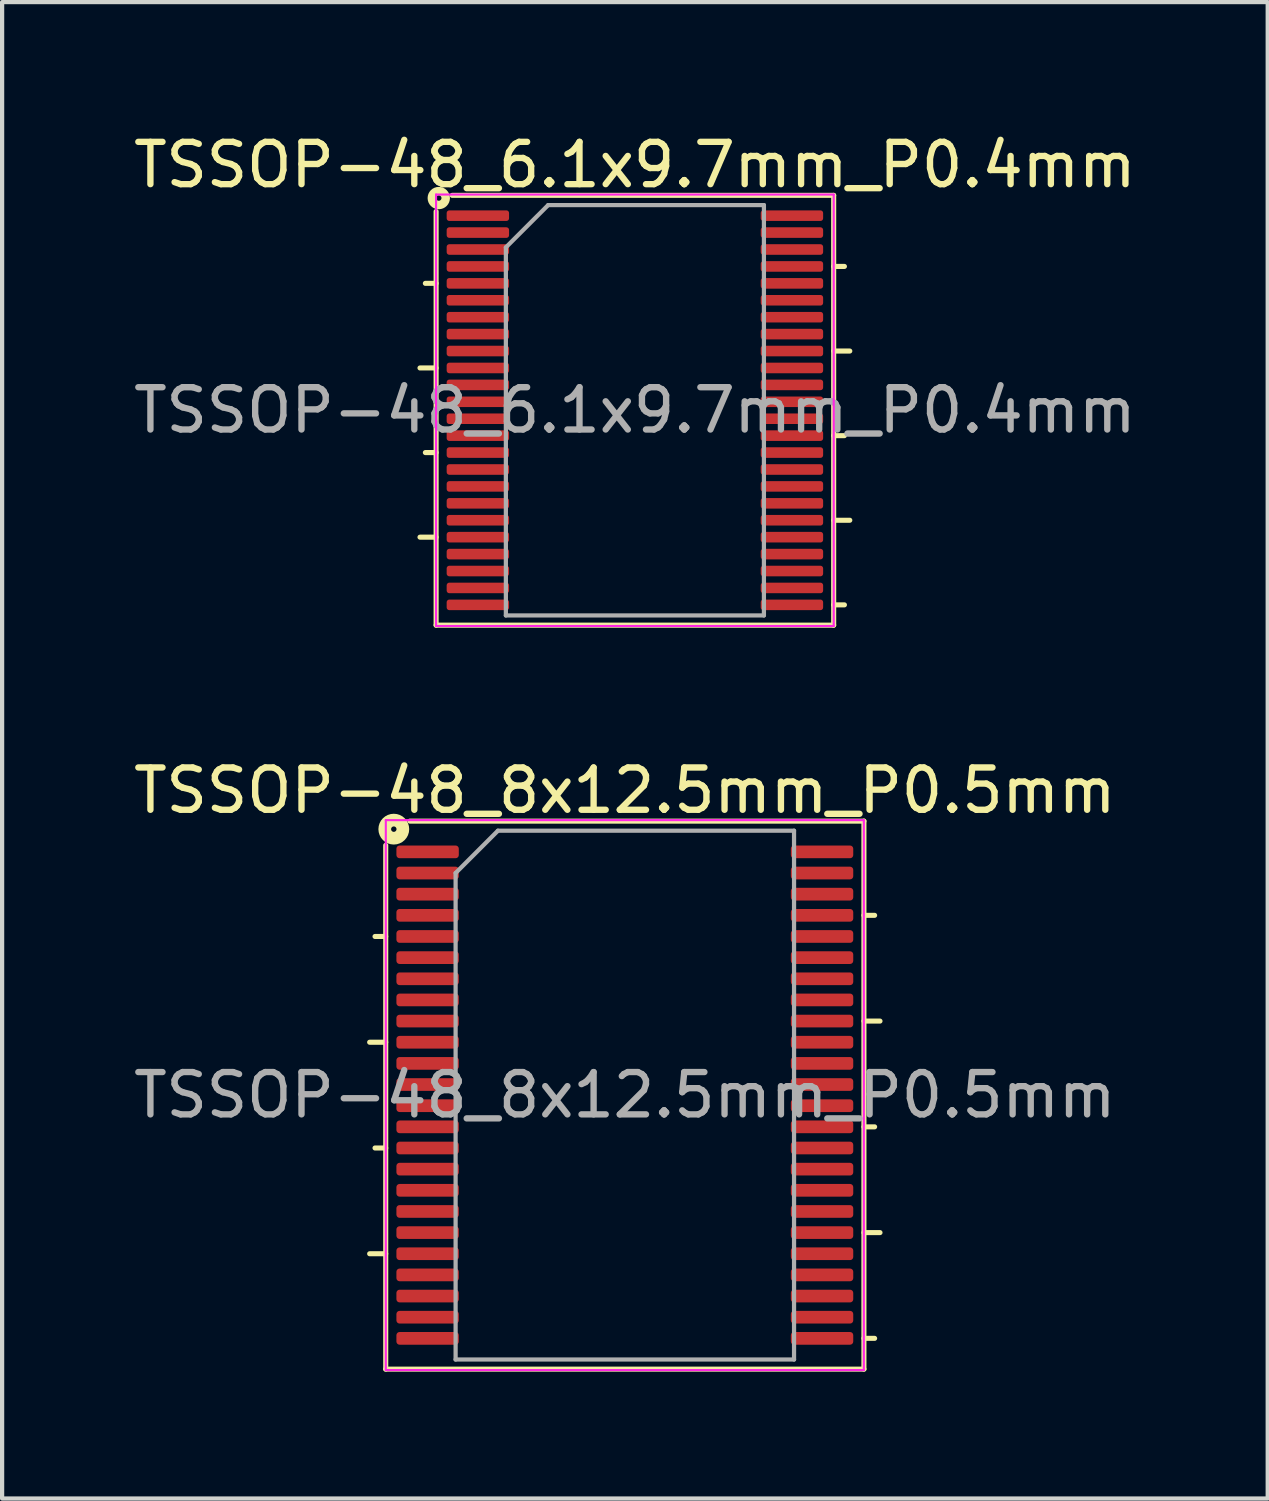
<source format=kicad_pcb>
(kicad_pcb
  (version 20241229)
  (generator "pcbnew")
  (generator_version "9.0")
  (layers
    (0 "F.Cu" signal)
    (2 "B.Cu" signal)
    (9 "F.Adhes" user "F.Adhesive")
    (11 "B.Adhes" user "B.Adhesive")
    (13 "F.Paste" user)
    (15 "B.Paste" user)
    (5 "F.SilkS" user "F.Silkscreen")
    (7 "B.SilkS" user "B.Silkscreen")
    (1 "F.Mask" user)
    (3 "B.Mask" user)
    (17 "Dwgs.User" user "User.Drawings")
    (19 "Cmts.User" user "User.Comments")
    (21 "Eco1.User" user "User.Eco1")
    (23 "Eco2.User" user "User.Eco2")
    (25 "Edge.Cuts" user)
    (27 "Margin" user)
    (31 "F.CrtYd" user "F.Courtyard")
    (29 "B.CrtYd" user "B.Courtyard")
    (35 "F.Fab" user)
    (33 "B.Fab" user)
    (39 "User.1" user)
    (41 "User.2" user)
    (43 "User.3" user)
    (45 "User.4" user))
  (footprint "TSSOP-48_8x12.5mm_P0.5mm"
    (layer "F.Cu")
    (at 11.72 22.837)
    (property "Reference" "TSSOP-48_8x12.5mm_P0.5mm" (at 0 -7.2 0) (layer "F.SilkS") (effects (font (size 1 1) (thickness 0.15))))
    (attr smd)
    (fp_line (start -5.652 -5.905) (end -5.652 6.477) (stroke (width 0.12) (type solid)) (layer "F.SilkS"))
    (fp_line (start -5.652 -3.75) (end -5.905 -3.75) (stroke (width 0.12) (type solid)) (layer "F.SilkS"))
    (fp_line (start -5.652 -1.25) (end -6.032 -1.25) (stroke (width 0.12) (type solid)) (layer "F.SilkS"))
    (fp_line (start -5.652 1.25) (end -5.905 1.25) (stroke (width 0.12) (type solid)) (layer "F.SilkS"))
    (fp_line (start -5.652 3.75) (end -6.032 3.75) (stroke (width 0.12) (type solid)) (layer "F.SilkS"))
    (fp_line (start -5.652 6.477) (end 5.652 6.477) (stroke (width 0.12) (type solid)) (layer "F.SilkS"))
    (fp_line (start 5.652 -6.477) (end -5.08 -6.477) (stroke (width 0.12) (type solid)) (layer "F.SilkS"))
    (fp_line (start 5.652 -4.25) (end 5.905 -4.25) (stroke (width 0.12) (type solid)) (layer "F.SilkS"))
    (fp_line (start 5.652 -1.75) (end 6.032 -1.75) (stroke (width 0.12) (type solid)) (layer "F.SilkS"))
    (fp_line (start 5.652 0.75) (end 5.905 0.75) (stroke (width 0.12) (type solid)) (layer "F.SilkS"))
    (fp_line (start 5.652 3.25) (end 6.032 3.25) (stroke (width 0.12) (type solid)) (layer "F.SilkS"))
    (fp_line (start 5.652 6.477) (end 5.652 -6.477) (stroke (width 0.12) (type solid)) (layer "F.SilkS"))
    (fp_line (start 5.905 5.75) (end 5.652 5.75) (stroke (width 0.12) (type solid)) (layer "F.SilkS"))
    (fp_circle (center -5.461 -6.287) (end -5.397 -6.287) (stroke (width 0.3) (type solid)) (fill no) (layer "F.SilkS"))
    (fp_line (start -5.65 -6.5) (end -5.65 6.5) (stroke (width 0.05) (type solid)) (layer "F.CrtYd"))
    (fp_line (start -5.65 6.5) (end 5.65 6.5) (stroke (width 0.05) (type solid)) (layer "F.CrtYd"))
    (fp_line (start 5.65 -6.5) (end -5.65 -6.5) (stroke (width 0.05) (type solid)) (layer "F.CrtYd"))
    (fp_line (start 5.65 6.5) (end 5.65 -6.5) (stroke (width 0.05) (type solid)) (layer "F.CrtYd"))
    (fp_line (start -4 -5.25) (end -3 -6.25) (stroke (width 0.1) (type solid)) (layer "F.Fab"))
    (fp_line (start -4 6.25) (end -4 -5.25) (stroke (width 0.1) (type solid)) (layer "F.Fab"))
    (fp_line (start -3 -6.25) (end 4 -6.25) (stroke (width 0.1) (type solid)) (layer "F.Fab"))
    (fp_line (start 4 -6.25) (end 4 6.25) (stroke (width 0.1) (type solid)) (layer "F.Fab"))
    (fp_line (start 4 6.25) (end -4 6.25) (stroke (width 0.1) (type solid)) (layer "F.Fab"))
    (fp_text user "${REFERENCE}" (at 0 0 0) (layer "F.Fab") (effects (font (size 1 1) (thickness 0.15))))
    (pad "1" smd roundrect (at -4.662 -5.75) (size 1.475 0.3) (layers "F.Cu" "F.Mask" "F.Paste") (roundrect_rratio 0.25))
    (pad "2" smd roundrect (at -4.662 -5.25) (size 1.475 0.3) (layers "F.Cu" "F.Mask" "F.Paste") (roundrect_rratio 0.25))
    (pad "3" smd roundrect (at -4.662 -4.75) (size 1.475 0.3) (layers "F.Cu" "F.Mask" "F.Paste") (roundrect_rratio 0.25))
    (pad "4" smd roundrect (at -4.662 -4.25) (size 1.475 0.3) (layers "F.Cu" "F.Mask" "F.Paste") (roundrect_rratio 0.25))
    (pad "5" smd roundrect (at -4.662 -3.75) (size 1.475 0.3) (layers "F.Cu" "F.Mask" "F.Paste") (roundrect_rratio 0.25))
    (pad "6" smd roundrect (at -4.662 -3.25) (size 1.475 0.3) (layers "F.Cu" "F.Mask" "F.Paste") (roundrect_rratio 0.25))
    (pad "7" smd roundrect (at -4.662 -2.75) (size 1.475 0.3) (layers "F.Cu" "F.Mask" "F.Paste") (roundrect_rratio 0.25))
    (pad "8" smd roundrect (at -4.662 -2.25) (size 1.475 0.3) (layers "F.Cu" "F.Mask" "F.Paste") (roundrect_rratio 0.25))
    (pad "9" smd roundrect (at -4.662 -1.75) (size 1.475 0.3) (layers "F.Cu" "F.Mask" "F.Paste") (roundrect_rratio 0.25))
    (pad "10" smd roundrect (at -4.662 -1.25) (size 1.475 0.3) (layers "F.Cu" "F.Mask" "F.Paste") (roundrect_rratio 0.25))
    (pad "11" smd roundrect (at -4.662 -0.75) (size 1.475 0.3) (layers "F.Cu" "F.Mask" "F.Paste") (roundrect_rratio 0.25))
    (pad "12" smd roundrect (at -4.662 -0.25) (size 1.475 0.3) (layers "F.Cu" "F.Mask" "F.Paste") (roundrect_rratio 0.25))
    (pad "13" smd roundrect (at -4.662 0.25) (size 1.475 0.3) (layers "F.Cu" "F.Mask" "F.Paste") (roundrect_rratio 0.25))
    (pad "14" smd roundrect (at -4.662 0.75) (size 1.475 0.3) (layers "F.Cu" "F.Mask" "F.Paste") (roundrect_rratio 0.25))
    (pad "15" smd roundrect (at -4.662 1.25) (size 1.475 0.3) (layers "F.Cu" "F.Mask" "F.Paste") (roundrect_rratio 0.25))
    (pad "16" smd roundrect (at -4.662 1.75) (size 1.475 0.3) (layers "F.Cu" "F.Mask" "F.Paste") (roundrect_rratio 0.25))
    (pad "17" smd roundrect (at -4.662 2.25) (size 1.475 0.3) (layers "F.Cu" "F.Mask" "F.Paste") (roundrect_rratio 0.25))
    (pad "18" smd roundrect (at -4.662 2.75) (size 1.475 0.3) (layers "F.Cu" "F.Mask" "F.Paste") (roundrect_rratio 0.25))
    (pad "19" smd roundrect (at -4.662 3.25) (size 1.475 0.3) (layers "F.Cu" "F.Mask" "F.Paste") (roundrect_rratio 0.25))
    (pad "20" smd roundrect (at -4.662 3.75) (size 1.475 0.3) (layers "F.Cu" "F.Mask" "F.Paste") (roundrect_rratio 0.25))
    (pad "21" smd roundrect (at -4.662 4.25) (size 1.475 0.3) (layers "F.Cu" "F.Mask" "F.Paste") (roundrect_rratio 0.25))
    (pad "22" smd roundrect (at -4.662 4.75) (size 1.475 0.3) (layers "F.Cu" "F.Mask" "F.Paste") (roundrect_rratio 0.25))
    (pad "23" smd roundrect (at -4.662 5.25) (size 1.475 0.3) (layers "F.Cu" "F.Mask" "F.Paste") (roundrect_rratio 0.25))
    (pad "24" smd roundrect (at -4.662 5.75) (size 1.475 0.3) (layers "F.Cu" "F.Mask" "F.Paste") (roundrect_rratio 0.25))
    (pad "25" smd roundrect (at 4.662 5.75) (size 1.475 0.3) (layers "F.Cu" "F.Mask" "F.Paste") (roundrect_rratio 0.25))
    (pad "26" smd roundrect (at 4.662 5.25) (size 1.475 0.3) (layers "F.Cu" "F.Mask" "F.Paste") (roundrect_rratio 0.25))
    (pad "27" smd roundrect (at 4.662 4.75) (size 1.475 0.3) (layers "F.Cu" "F.Mask" "F.Paste") (roundrect_rratio 0.25))
    (pad "28" smd roundrect (at 4.662 4.25) (size 1.475 0.3) (layers "F.Cu" "F.Mask" "F.Paste") (roundrect_rratio 0.25))
    (pad "29" smd roundrect (at 4.662 3.75) (size 1.475 0.3) (layers "F.Cu" "F.Mask" "F.Paste") (roundrect_rratio 0.25))
    (pad "30" smd roundrect (at 4.662 3.25) (size 1.475 0.3) (layers "F.Cu" "F.Mask" "F.Paste") (roundrect_rratio 0.25))
    (pad "31" smd roundrect (at 4.662 2.75) (size 1.475 0.3) (layers "F.Cu" "F.Mask" "F.Paste") (roundrect_rratio 0.25))
    (pad "32" smd roundrect (at 4.662 2.25) (size 1.475 0.3) (layers "F.Cu" "F.Mask" "F.Paste") (roundrect_rratio 0.25))
    (pad "33" smd roundrect (at 4.662 1.75) (size 1.475 0.3) (layers "F.Cu" "F.Mask" "F.Paste") (roundrect_rratio 0.25))
    (pad "34" smd roundrect (at 4.662 1.25) (size 1.475 0.3) (layers "F.Cu" "F.Mask" "F.Paste") (roundrect_rratio 0.25))
    (pad "35" smd roundrect (at 4.662 0.75) (size 1.475 0.3) (layers "F.Cu" "F.Mask" "F.Paste") (roundrect_rratio 0.25))
    (pad "36" smd roundrect (at 4.662 0.25) (size 1.475 0.3) (layers "F.Cu" "F.Mask" "F.Paste") (roundrect_rratio 0.25))
    (pad "37" smd roundrect (at 4.662 -0.25) (size 1.475 0.3) (layers "F.Cu" "F.Mask" "F.Paste") (roundrect_rratio 0.25))
    (pad "38" smd roundrect (at 4.662 -0.75) (size 1.475 0.3) (layers "F.Cu" "F.Mask" "F.Paste") (roundrect_rratio 0.25))
    (pad "39" smd roundrect (at 4.662 -1.25) (size 1.475 0.3) (layers "F.Cu" "F.Mask" "F.Paste") (roundrect_rratio 0.25))
    (pad "40" smd roundrect (at 4.662 -1.75) (size 1.475 0.3) (layers "F.Cu" "F.Mask" "F.Paste") (roundrect_rratio 0.25))
    (pad "41" smd roundrect (at 4.662 -2.25) (size 1.475 0.3) (layers "F.Cu" "F.Mask" "F.Paste") (roundrect_rratio 0.25))
    (pad "42" smd roundrect (at 4.662 -2.75) (size 1.475 0.3) (layers "F.Cu" "F.Mask" "F.Paste") (roundrect_rratio 0.25))
    (pad "43" smd roundrect (at 4.662 -3.25) (size 1.475 0.3) (layers "F.Cu" "F.Mask" "F.Paste") (roundrect_rratio 0.25))
    (pad "44" smd roundrect (at 4.662 -3.75) (size 1.475 0.3) (layers "F.Cu" "F.Mask" "F.Paste") (roundrect_rratio 0.25))
    (pad "45" smd roundrect (at 4.662 -4.25) (size 1.475 0.3) (layers "F.Cu" "F.Mask" "F.Paste") (roundrect_rratio 0.25))
    (pad "46" smd roundrect (at 4.662 -4.75) (size 1.475 0.3) (layers "F.Cu" "F.Mask" "F.Paste") (roundrect_rratio 0.25))
    (pad "47" smd roundrect (at 4.662 -5.25) (size 1.475 0.3) (layers "F.Cu" "F.Mask" "F.Paste") (roundrect_rratio 0.25))
    (pad "48" smd roundrect (at 4.662 -5.75) (size 1.475 0.3) (layers "F.Cu" "F.Mask" "F.Paste") (roundrect_rratio 0.25)))
  (footprint "TSSOP-48_6.1x9.7mm_P0.4mm"
    (layer "F.Cu")
    (at 11.958 6.648)
    (property "Reference" "TSSOP-48_6.1x9.7mm_P0.4mm" (at 0 -5.8 0) (layer "F.SilkS") (effects (font (size 1 1) (thickness 0.15))))
    (attr smd)
    (fp_line (start -5.08 -1) (end -4.699 -1) (stroke (width 0.12) (type solid)) (layer "F.SilkS"))
    (fp_line (start -5.08 3) (end -4.699 3) (stroke (width 0.12) (type solid)) (layer "F.SilkS"))
    (fp_line (start -4.953 -3) (end -4.699 -3) (stroke (width 0.12) (type solid)) (layer "F.SilkS"))
    (fp_line (start -4.953 1) (end -4.699 1) (stroke (width 0.12) (type solid)) (layer "F.SilkS"))
    (fp_line (start -4.699 -4.699) (end -4.699 5.08) (stroke (width 0.12) (type solid)) (layer "F.SilkS"))
    (fp_line (start -4.699 5.08) (end 4.699 5.08) (stroke (width 0.12) (type solid)) (layer "F.SilkS"))
    (fp_line (start 4.699 -5.08) (end -4.318 -5.08) (stroke (width 0.12) (type solid)) (layer "F.SilkS"))
    (fp_line (start 4.699 5.08) (end 4.699 -5.08) (stroke (width 0.12) (type solid)) (layer "F.SilkS"))
    (fp_line (start 4.953 -3.4) (end 4.699 -3.4) (stroke (width 0.12) (type solid)) (layer "F.SilkS"))
    (fp_line (start 4.953 0.6) (end 4.699 0.6) (stroke (width 0.12) (type solid)) (layer "F.SilkS"))
    (fp_line (start 4.953 4.6) (end 4.699 4.6) (stroke (width 0.12) (type solid)) (layer "F.SilkS"))
    (fp_line (start 5.08 -1.4) (end 4.699 -1.4) (stroke (width 0.12) (type solid)) (layer "F.SilkS"))
    (fp_line (start 5.08 2.6) (end 4.699 2.6) (stroke (width 0.12) (type solid)) (layer "F.SilkS"))
    (fp_circle (center -4.636 -5.016) (end -4.572 -5.016) (stroke (width 0.2) (type solid)) (fill no) (layer "F.SilkS"))
    (fp_line (start -4.7 -5.1) (end -4.7 5.1) (stroke (width 0.05) (type solid)) (layer "F.CrtYd"))
    (fp_line (start -4.7 5.1) (end 4.7 5.1) (stroke (width 0.05) (type solid)) (layer "F.CrtYd"))
    (fp_line (start 4.7 -5.1) (end -4.7 -5.1) (stroke (width 0.05) (type solid)) (layer "F.CrtYd"))
    (fp_line (start 4.7 5.1) (end 4.7 -5.1) (stroke (width 0.05) (type solid)) (layer "F.CrtYd"))
    (fp_line (start -3.05 -3.85) (end -2.05 -4.85) (stroke (width 0.1) (type solid)) (layer "F.Fab"))
    (fp_line (start -3.05 4.85) (end -3.05 -3.85) (stroke (width 0.1) (type solid)) (layer "F.Fab"))
    (fp_line (start -2.05 -4.85) (end 3.05 -4.85) (stroke (width 0.1) (type solid)) (layer "F.Fab"))
    (fp_line (start 3.05 -4.85) (end 3.05 4.85) (stroke (width 0.1) (type solid)) (layer "F.Fab"))
    (fp_line (start 3.05 4.85) (end -3.05 4.85) (stroke (width 0.1) (type solid)) (layer "F.Fab"))
    (fp_text user "${REFERENCE}" (at 0 0 0) (layer "F.Fab") (effects (font (size 1 1) (thickness 0.15))))
    (pad "1" smd roundrect (at -3.712 -4.6) (size 1.475 0.25) (layers "F.Cu" "F.Mask" "F.Paste") (roundrect_rratio 0.25))
    (pad "2" smd roundrect (at -3.712 -4.2) (size 1.475 0.25) (layers "F.Cu" "F.Mask" "F.Paste") (roundrect_rratio 0.25))
    (pad "3" smd roundrect (at -3.712 -3.8) (size 1.475 0.25) (layers "F.Cu" "F.Mask" "F.Paste") (roundrect_rratio 0.25))
    (pad "4" smd roundrect (at -3.712 -3.4) (size 1.475 0.25) (layers "F.Cu" "F.Mask" "F.Paste") (roundrect_rratio 0.25))
    (pad "5" smd roundrect (at -3.712 -3) (size 1.475 0.25) (layers "F.Cu" "F.Mask" "F.Paste") (roundrect_rratio 0.25))
    (pad "6" smd roundrect (at -3.712 -2.6) (size 1.475 0.25) (layers "F.Cu" "F.Mask" "F.Paste") (roundrect_rratio 0.25))
    (pad "7" smd roundrect (at -3.712 -2.2) (size 1.475 0.25) (layers "F.Cu" "F.Mask" "F.Paste") (roundrect_rratio 0.25))
    (pad "8" smd roundrect (at -3.712 -1.8) (size 1.475 0.25) (layers "F.Cu" "F.Mask" "F.Paste") (roundrect_rratio 0.25))
    (pad "9" smd roundrect (at -3.712 -1.4) (size 1.475 0.25) (layers "F.Cu" "F.Mask" "F.Paste") (roundrect_rratio 0.25))
    (pad "10" smd roundrect (at -3.712 -1) (size 1.475 0.25) (layers "F.Cu" "F.Mask" "F.Paste") (roundrect_rratio 0.25))
    (pad "11" smd roundrect (at -3.712 -0.6) (size 1.475 0.25) (layers "F.Cu" "F.Mask" "F.Paste") (roundrect_rratio 0.25))
    (pad "12" smd roundrect (at -3.712 -0.2) (size 1.475 0.25) (layers "F.Cu" "F.Mask" "F.Paste") (roundrect_rratio 0.25))
    (pad "13" smd roundrect (at -3.712 0.2) (size 1.475 0.25) (layers "F.Cu" "F.Mask" "F.Paste") (roundrect_rratio 0.25))
    (pad "14" smd roundrect (at -3.712 0.6) (size 1.475 0.25) (layers "F.Cu" "F.Mask" "F.Paste") (roundrect_rratio 0.25))
    (pad "15" smd roundrect (at -3.712 1) (size 1.475 0.25) (layers "F.Cu" "F.Mask" "F.Paste") (roundrect_rratio 0.25))
    (pad "16" smd roundrect (at -3.712 1.4) (size 1.475 0.25) (layers "F.Cu" "F.Mask" "F.Paste") (roundrect_rratio 0.25))
    (pad "17" smd roundrect (at -3.712 1.8) (size 1.475 0.25) (layers "F.Cu" "F.Mask" "F.Paste") (roundrect_rratio 0.25))
    (pad "18" smd roundrect (at -3.712 2.2) (size 1.475 0.25) (layers "F.Cu" "F.Mask" "F.Paste") (roundrect_rratio 0.25))
    (pad "19" smd roundrect (at -3.712 2.6) (size 1.475 0.25) (layers "F.Cu" "F.Mask" "F.Paste") (roundrect_rratio 0.25))
    (pad "20" smd roundrect (at -3.712 3) (size 1.475 0.25) (layers "F.Cu" "F.Mask" "F.Paste") (roundrect_rratio 0.25))
    (pad "21" smd roundrect (at -3.712 3.4) (size 1.475 0.25) (layers "F.Cu" "F.Mask" "F.Paste") (roundrect_rratio 0.25))
    (pad "22" smd roundrect (at -3.712 3.8) (size 1.475 0.25) (layers "F.Cu" "F.Mask" "F.Paste") (roundrect_rratio 0.25))
    (pad "23" smd roundrect (at -3.712 4.2) (size 1.475 0.25) (layers "F.Cu" "F.Mask" "F.Paste") (roundrect_rratio 0.25))
    (pad "24" smd roundrect (at -3.712 4.6) (size 1.475 0.25) (layers "F.Cu" "F.Mask" "F.Paste") (roundrect_rratio 0.25))
    (pad "25" smd roundrect (at 3.712 4.6) (size 1.475 0.25) (layers "F.Cu" "F.Mask" "F.Paste") (roundrect_rratio 0.25))
    (pad "26" smd roundrect (at 3.712 4.2) (size 1.475 0.25) (layers "F.Cu" "F.Mask" "F.Paste") (roundrect_rratio 0.25))
    (pad "27" smd roundrect (at 3.712 3.8) (size 1.475 0.25) (layers "F.Cu" "F.Mask" "F.Paste") (roundrect_rratio 0.25))
    (pad "28" smd roundrect (at 3.712 3.4) (size 1.475 0.25) (layers "F.Cu" "F.Mask" "F.Paste") (roundrect_rratio 0.25))
    (pad "29" smd roundrect (at 3.712 3) (size 1.475 0.25) (layers "F.Cu" "F.Mask" "F.Paste") (roundrect_rratio 0.25))
    (pad "30" smd roundrect (at 3.712 2.6) (size 1.475 0.25) (layers "F.Cu" "F.Mask" "F.Paste") (roundrect_rratio 0.25))
    (pad "31" smd roundrect (at 3.712 2.2) (size 1.475 0.25) (layers "F.Cu" "F.Mask" "F.Paste") (roundrect_rratio 0.25))
    (pad "32" smd roundrect (at 3.712 1.8) (size 1.475 0.25) (layers "F.Cu" "F.Mask" "F.Paste") (roundrect_rratio 0.25))
    (pad "33" smd roundrect (at 3.712 1.4) (size 1.475 0.25) (layers "F.Cu" "F.Mask" "F.Paste") (roundrect_rratio 0.25))
    (pad "34" smd roundrect (at 3.712 1) (size 1.475 0.25) (layers "F.Cu" "F.Mask" "F.Paste") (roundrect_rratio 0.25))
    (pad "35" smd roundrect (at 3.712 0.6) (size 1.475 0.25) (layers "F.Cu" "F.Mask" "F.Paste") (roundrect_rratio 0.25))
    (pad "36" smd roundrect (at 3.712 0.2) (size 1.475 0.25) (layers "F.Cu" "F.Mask" "F.Paste") (roundrect_rratio 0.25))
    (pad "37" smd roundrect (at 3.712 -0.2) (size 1.475 0.25) (layers "F.Cu" "F.Mask" "F.Paste") (roundrect_rratio 0.25))
    (pad "38" smd roundrect (at 3.712 -0.6) (size 1.475 0.25) (layers "F.Cu" "F.Mask" "F.Paste") (roundrect_rratio 0.25))
    (pad "39" smd roundrect (at 3.712 -1) (size 1.475 0.25) (layers "F.Cu" "F.Mask" "F.Paste") (roundrect_rratio 0.25))
    (pad "40" smd roundrect (at 3.712 -1.4) (size 1.475 0.25) (layers "F.Cu" "F.Mask" "F.Paste") (roundrect_rratio 0.25))
    (pad "41" smd roundrect (at 3.712 -1.8) (size 1.475 0.25) (layers "F.Cu" "F.Mask" "F.Paste") (roundrect_rratio 0.25))
    (pad "42" smd roundrect (at 3.712 -2.2) (size 1.475 0.25) (layers "F.Cu" "F.Mask" "F.Paste") (roundrect_rratio 0.25))
    (pad "43" smd roundrect (at 3.712 -2.6) (size 1.475 0.25) (layers "F.Cu" "F.Mask" "F.Paste") (roundrect_rratio 0.25))
    (pad "44" smd roundrect (at 3.712 -3) (size 1.475 0.25) (layers "F.Cu" "F.Mask" "F.Paste") (roundrect_rratio 0.25))
    (pad "45" smd roundrect (at 3.712 -3.4) (size 1.475 0.25) (layers "F.Cu" "F.Mask" "F.Paste") (roundrect_rratio 0.25))
    (pad "46" smd roundrect (at 3.712 -3.8) (size 1.475 0.25) (layers "F.Cu" "F.Mask" "F.Paste") (roundrect_rratio 0.25))
    (pad "47" smd roundrect (at 3.712 -4.2) (size 1.475 0.25) (layers "F.Cu" "F.Mask" "F.Paste") (roundrect_rratio 0.25))
    (pad "48" smd roundrect (at 3.712 -4.6) (size 1.475 0.25) (layers "F.Cu" "F.Mask" "F.Paste") (roundrect_rratio 0.25)))
  (gr_rect
    (start -3 -3)
    (end 26.917 32.373)
    (stroke (width 0.1) (type default))
    (fill no)
    (layer "Edge.Cuts")))
</source>
